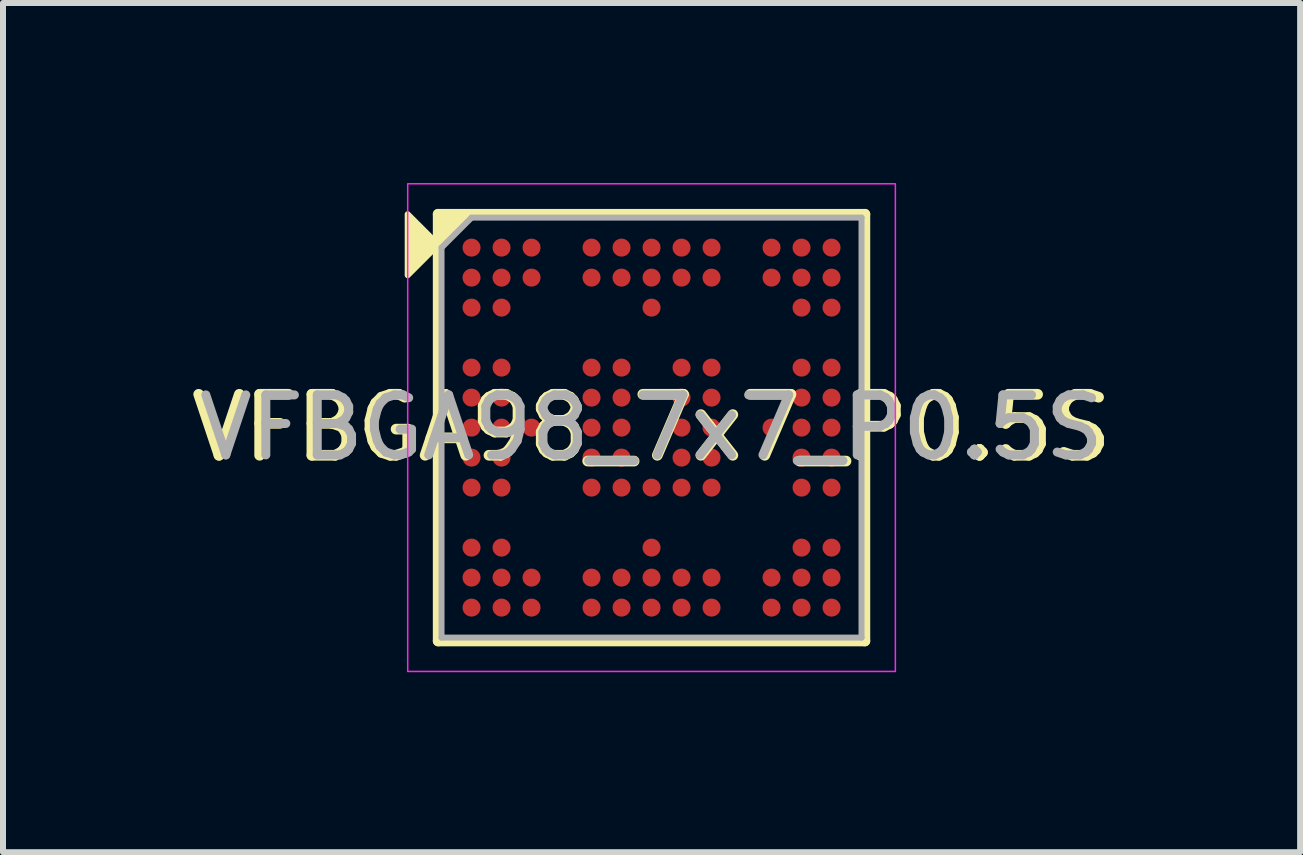
<source format=kicad_pcb>
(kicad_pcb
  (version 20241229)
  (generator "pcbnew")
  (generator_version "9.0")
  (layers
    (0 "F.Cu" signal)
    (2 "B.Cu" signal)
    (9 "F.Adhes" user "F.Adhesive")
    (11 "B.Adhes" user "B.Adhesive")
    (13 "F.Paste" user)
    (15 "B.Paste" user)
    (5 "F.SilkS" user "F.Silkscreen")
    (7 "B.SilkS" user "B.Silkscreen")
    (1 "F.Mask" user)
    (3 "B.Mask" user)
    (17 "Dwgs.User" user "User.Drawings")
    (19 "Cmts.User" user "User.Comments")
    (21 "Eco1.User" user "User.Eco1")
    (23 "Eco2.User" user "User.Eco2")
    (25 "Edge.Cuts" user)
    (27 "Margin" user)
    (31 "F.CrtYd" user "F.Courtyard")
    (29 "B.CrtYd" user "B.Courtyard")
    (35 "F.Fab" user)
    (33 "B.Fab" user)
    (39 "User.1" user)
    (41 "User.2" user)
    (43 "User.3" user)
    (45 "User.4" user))
  (footprint "VFBGA98_7x7_P0.5S"
    (layer "F.Cu")
    (at 7.809 4.077)
    (property "Reference" "VFBGA98_7x7_P0.5S" (at 0 0 0) (layer "F.SilkS") (effects (font (size 1.016 1.016) (thickness 0.178))))
    (attr smd)
    (fp_line (start -3.556 3.556) (end -3.556 -3.556) (stroke (width 0.178) (type solid)) (layer "F.SilkS"))
    (fp_line (start -3.556 3.556) (end 3.556 3.556) (stroke (width 0.178) (type solid)) (layer "F.SilkS"))
    (fp_line (start 3.556 -3.556) (end -3.556 -3.556) (stroke (width 0.178) (type solid)) (layer "F.SilkS"))
    (fp_line (start 3.556 -3.556) (end 3.556 3.556) (stroke (width 0.178) (type solid)) (layer "F.SilkS"))
    (fp_poly (pts (xy -3.556 -3.048) (xy -4.064 -2.54) (xy -4.064 -3.556)) (stroke (width 0.1) (type solid)) (fill yes) (layer "F.SilkS"))
    (fp_poly (pts (xy -3.556 -3.048) (xy -3.556 -3.556) (xy -3.048 -3.556)) (stroke (width 0.1) (type solid)) (fill yes) (layer "F.SilkS"))
    (fp_rect (start -4.064 -4.064) (end 4.064 4.064) (stroke (width 0.025) (type solid)) (fill no) (layer "F.CrtYd"))
    (fp_line (start -3.5 -3) (end -3.5 3.5) (stroke (width 0.1) (type solid)) (layer "F.Fab"))
    (fp_line (start -3.5 -3) (end -3 -3.5) (stroke (width 0.1) (type solid)) (layer "F.Fab"))
    (fp_line (start -3.5 3.5) (end 3.5 3.5) (stroke (width 0.1) (type solid)) (layer "F.Fab"))
    (fp_line (start -3 -3.5) (end 3.5 -3.5) (stroke (width 0.1) (type solid)) (layer "F.Fab"))
    (fp_line (start 3.5 -3.5) (end 3.5 3.5) (stroke (width 0.1) (type solid)) (layer "F.Fab"))
    (fp_text user "${REFERENCE}" (at 0 0 0) (layer "F.Fab") (effects (font (size 1 1) (thickness 0.15))))
    (pad "A1" smd circle (at -3 -3) (size 0.3 0.3) (layers "F.Cu" "F.Mask" "F.Paste"))
    (pad "A2" smd circle (at -2.5 -3) (size 0.3 0.3) (layers "F.Cu" "F.Mask" "F.Paste"))
    (pad "A3" smd circle (at -2 -3) (size 0.3 0.3) (layers "F.Cu" "F.Mask" "F.Paste"))
    (pad "A5" smd circle (at -1 -3) (size 0.3 0.3) (layers "F.Cu" "F.Mask" "F.Paste"))
    (pad "A6" smd circle (at -0.5 -3) (size 0.3 0.3) (layers "F.Cu" "F.Mask" "F.Paste"))
    (pad "A7" smd circle (at 0 -3) (size 0.3 0.3) (layers "F.Cu" "F.Mask" "F.Paste"))
    (pad "A8" smd circle (at 0.5 -3) (size 0.3 0.3) (layers "F.Cu" "F.Mask" "F.Paste"))
    (pad "A9" smd circle (at 1 -3) (size 0.3 0.3) (layers "F.Cu" "F.Mask" "F.Paste"))
    (pad "A11" smd circle (at 2 -3) (size 0.3 0.3) (layers "F.Cu" "F.Mask" "F.Paste"))
    (pad "A12" smd circle (at 2.5 -3) (size 0.3 0.3) (layers "F.Cu" "F.Mask" "F.Paste"))
    (pad "A13" smd circle (at 3 -3) (size 0.3 0.3) (layers "F.Cu" "F.Mask" "F.Paste"))
    (pad "B1" smd circle (at -3 -2.5) (size 0.3 0.3) (layers "F.Cu" "F.Mask" "F.Paste"))
    (pad "B2" smd circle (at -2.5 -2.5) (size 0.3 0.3) (layers "F.Cu" "F.Mask" "F.Paste"))
    (pad "B3" smd circle (at -2 -2.5) (size 0.3 0.3) (layers "F.Cu" "F.Mask" "F.Paste"))
    (pad "B5" smd circle (at -1 -2.5) (size 0.3 0.3) (layers "F.Cu" "F.Mask" "F.Paste"))
    (pad "B6" smd circle (at -0.5 -2.5) (size 0.3 0.3) (layers "F.Cu" "F.Mask" "F.Paste"))
    (pad "B7" smd circle (at 0 -2.5) (size 0.3 0.3) (layers "F.Cu" "F.Mask" "F.Paste"))
    (pad "B8" smd circle (at 0.5 -2.5) (size 0.3 0.3) (layers "F.Cu" "F.Mask" "F.Paste"))
    (pad "B9" smd circle (at 1 -2.5) (size 0.3 0.3) (layers "F.Cu" "F.Mask" "F.Paste"))
    (pad "B11" smd circle (at 2 -2.5) (size 0.3 0.3) (layers "F.Cu" "F.Mask" "F.Paste"))
    (pad "B12" smd circle (at 2.5 -2.5) (size 0.3 0.3) (layers "F.Cu" "F.Mask" "F.Paste"))
    (pad "B13" smd circle (at 3 -2.5) (size 0.3 0.3) (layers "F.Cu" "F.Mask" "F.Paste"))
    (pad "C1" smd circle (at -3 -2) (size 0.3 0.3) (layers "F.Cu" "F.Mask" "F.Paste"))
    (pad "C2" smd circle (at -2.5 -2) (size 0.3 0.3) (layers "F.Cu" "F.Mask" "F.Paste"))
    (pad "C7" smd circle (at 0 -2) (size 0.3 0.3) (layers "F.Cu" "F.Mask" "F.Paste"))
    (pad "C12" smd circle (at 2.5 -2) (size 0.3 0.3) (layers "F.Cu" "F.Mask" "F.Paste"))
    (pad "C13" smd circle (at 3 -2) (size 0.3 0.3) (layers "F.Cu" "F.Mask" "F.Paste"))
    (pad "E1" smd circle (at -3 -1) (size 0.3 0.3) (layers "F.Cu" "F.Mask" "F.Paste"))
    (pad "E2" smd circle (at -2.5 -1) (size 0.3 0.3) (layers "F.Cu" "F.Mask" "F.Paste"))
    (pad "E5" smd circle (at -1 -1) (size 0.3 0.3) (layers "F.Cu" "F.Mask" "F.Paste"))
    (pad "E6" smd circle (at -0.5 -1) (size 0.3 0.3) (layers "F.Cu" "F.Mask" "F.Paste"))
    (pad "E8" smd circle (at 0.5 -1) (size 0.3 0.3) (layers "F.Cu" "F.Mask" "F.Paste"))
    (pad "E9" smd circle (at 1 -1) (size 0.3 0.3) (layers "F.Cu" "F.Mask" "F.Paste"))
    (pad "E12" smd circle (at 2.5 -1) (size 0.3 0.3) (layers "F.Cu" "F.Mask" "F.Paste"))
    (pad "E13" smd circle (at 3 -1) (size 0.3 0.3) (layers "F.Cu" "F.Mask" "F.Paste"))
    (pad "F1" smd circle (at -3 -0.5) (size 0.3 0.3) (layers "F.Cu" "F.Mask" "F.Paste"))
    (pad "F2" smd circle (at -2.5 -0.5) (size 0.3 0.3) (layers "F.Cu" "F.Mask" "F.Paste"))
    (pad "F5" smd circle (at -1 -0.5) (size 0.3 0.3) (layers "F.Cu" "F.Mask" "F.Paste"))
    (pad "F6" smd circle (at -0.5 -0.5) (size 0.3 0.3) (layers "F.Cu" "F.Mask" "F.Paste"))
    (pad "F8" smd circle (at 0.5 -0.5) (size 0.3 0.3) (layers "F.Cu" "F.Mask" "F.Paste"))
    (pad "F9" smd circle (at 1 -0.5) (size 0.3 0.3) (layers "F.Cu" "F.Mask" "F.Paste"))
    (pad "F12" smd circle (at 2.5 -0.5) (size 0.3 0.3) (layers "F.Cu" "F.Mask" "F.Paste"))
    (pad "F13" smd circle (at 3 -0.5) (size 0.3 0.3) (layers "F.Cu" "F.Mask" "F.Paste"))
    (pad "G1" smd circle (at -3 0) (size 0.3 0.3) (layers "F.Cu" "F.Mask" "F.Paste"))
    (pad "G2" smd circle (at -2.5 0) (size 0.3 0.3) (layers "F.Cu" "F.Mask" "F.Paste"))
    (pad "G3" smd circle (at -2 0) (size 0.3 0.3) (layers "F.Cu" "F.Mask" "F.Paste"))
    (pad "G5" smd circle (at -1 0) (size 0.3 0.3) (layers "F.Cu" "F.Mask" "F.Paste"))
    (pad "G6" smd circle (at -0.5 0) (size 0.3 0.3) (layers "F.Cu" "F.Mask" "F.Paste"))
    (pad "G8" smd circle (at 0.5 0) (size 0.3 0.3) (layers "F.Cu" "F.Mask" "F.Paste"))
    (pad "G9" smd circle (at 1 0) (size 0.3 0.3) (layers "F.Cu" "F.Mask" "F.Paste"))
    (pad "G11" smd circle (at 2 0) (size 0.3 0.3) (layers "F.Cu" "F.Mask" "F.Paste"))
    (pad "G12" smd circle (at 2.5 0) (size 0.3 0.3) (layers "F.Cu" "F.Mask" "F.Paste"))
    (pad "G13" smd circle (at 3 0) (size 0.3 0.3) (layers "F.Cu" "F.Mask" "F.Paste"))
    (pad "H1" smd circle (at -3 0.5) (size 0.3 0.3) (layers "F.Cu" "F.Mask" "F.Paste"))
    (pad "H2" smd circle (at -2.5 0.5) (size 0.3 0.3) (layers "F.Cu" "F.Mask" "F.Paste"))
    (pad "H5" smd circle (at -1 0.5) (size 0.3 0.3) (layers "F.Cu" "F.Mask" "F.Paste"))
    (pad "H6" smd circle (at -0.5 0.5) (size 0.3 0.3) (layers "F.Cu" "F.Mask" "F.Paste"))
    (pad "H8" smd circle (at 0.5 0.5) (size 0.3 0.3) (layers "F.Cu" "F.Mask" "F.Paste"))
    (pad "H9" smd circle (at 1 0.5) (size 0.3 0.3) (layers "F.Cu" "F.Mask" "F.Paste"))
    (pad "H12" smd circle (at 2.5 0.5) (size 0.3 0.3) (layers "F.Cu" "F.Mask" "F.Paste"))
    (pad "H13" smd circle (at 3 0.5) (size 0.3 0.3) (layers "F.Cu" "F.Mask" "F.Paste"))
    (pad "J1" smd circle (at -3 1) (size 0.3 0.3) (layers "F.Cu" "F.Mask" "F.Paste"))
    (pad "J2" smd circle (at -2.5 1) (size 0.3 0.3) (layers "F.Cu" "F.Mask" "F.Paste"))
    (pad "J5" smd circle (at -1 1) (size 0.3 0.3) (layers "F.Cu" "F.Mask" "F.Paste"))
    (pad "J6" smd circle (at -0.5 1) (size 0.3 0.3) (layers "F.Cu" "F.Mask" "F.Paste"))
    (pad "J7" smd circle (at 0 1) (size 0.3 0.3) (layers "F.Cu" "F.Mask" "F.Paste"))
    (pad "J8" smd circle (at 0.5 1) (size 0.3 0.3) (layers "F.Cu" "F.Mask" "F.Paste"))
    (pad "J9" smd circle (at 1 1) (size 0.3 0.3) (layers "F.Cu" "F.Mask" "F.Paste"))
    (pad "J12" smd circle (at 2.5 1) (size 0.3 0.3) (layers "F.Cu" "F.Mask" "F.Paste"))
    (pad "J13" smd circle (at 3 1) (size 0.3 0.3) (layers "F.Cu" "F.Mask" "F.Paste"))
    (pad "L1" smd circle (at -3 2) (size 0.3 0.3) (layers "F.Cu" "F.Mask" "F.Paste"))
    (pad "L2" smd circle (at -2.5 2) (size 0.3 0.3) (layers "F.Cu" "F.Mask" "F.Paste"))
    (pad "L7" smd circle (at 0 2) (size 0.3 0.3) (layers "F.Cu" "F.Mask" "F.Paste"))
    (pad "L12" smd circle (at 2.5 2) (size 0.3 0.3) (layers "F.Cu" "F.Mask" "F.Paste"))
    (pad "L13" smd circle (at 3 2) (size 0.3 0.3) (layers "F.Cu" "F.Mask" "F.Paste"))
    (pad "M1" smd circle (at -3 2.5) (size 0.3 0.3) (layers "F.Cu" "F.Mask" "F.Paste"))
    (pad "M2" smd circle (at -2.5 2.5) (size 0.3 0.3) (layers "F.Cu" "F.Mask" "F.Paste"))
    (pad "M3" smd circle (at -2 2.5) (size 0.3 0.3) (layers "F.Cu" "F.Mask" "F.Paste"))
    (pad "M5" smd circle (at -1 2.5) (size 0.3 0.3) (layers "F.Cu" "F.Mask" "F.Paste"))
    (pad "M6" smd circle (at -0.5 2.5) (size 0.3 0.3) (layers "F.Cu" "F.Mask" "F.Paste"))
    (pad "M7" smd circle (at 0 2.5) (size 0.3 0.3) (layers "F.Cu" "F.Mask" "F.Paste"))
    (pad "M8" smd circle (at 0.5 2.5) (size 0.3 0.3) (layers "F.Cu" "F.Mask" "F.Paste"))
    (pad "M9" smd circle (at 1 2.5) (size 0.3 0.3) (layers "F.Cu" "F.Mask" "F.Paste"))
    (pad "M11" smd circle (at 2 2.5) (size 0.3 0.3) (layers "F.Cu" "F.Mask" "F.Paste"))
    (pad "M12" smd circle (at 2.5 2.5) (size 0.3 0.3) (layers "F.Cu" "F.Mask" "F.Paste"))
    (pad "M13" smd circle (at 3 2.5) (size 0.3 0.3) (layers "F.Cu" "F.Mask" "F.Paste"))
    (pad "N1" smd circle (at -3 3) (size 0.3 0.3) (layers "F.Cu" "F.Mask" "F.Paste"))
    (pad "N2" smd circle (at -2.5 3) (size 0.3 0.3) (layers "F.Cu" "F.Mask" "F.Paste"))
    (pad "N3" smd circle (at -2 3) (size 0.3 0.3) (layers "F.Cu" "F.Mask" "F.Paste"))
    (pad "N5" smd circle (at -1 3) (size 0.3 0.3) (layers "F.Cu" "F.Mask" "F.Paste"))
    (pad "N6" smd circle (at -0.5 3) (size 0.3 0.3) (layers "F.Cu" "F.Mask" "F.Paste"))
    (pad "N7" smd circle (at 0 3) (size 0.3 0.3) (layers "F.Cu" "F.Mask" "F.Paste"))
    (pad "N8" smd circle (at 0.5 3) (size 0.3 0.3) (layers "F.Cu" "F.Mask" "F.Paste"))
    (pad "N9" smd circle (at 1 3) (size 0.3 0.3) (layers "F.Cu" "F.Mask" "F.Paste"))
    (pad "N11" smd circle (at 2 3) (size 0.3 0.3) (layers "F.Cu" "F.Mask" "F.Paste"))
    (pad "N12" smd circle (at 2.5 3) (size 0.3 0.3) (layers "F.Cu" "F.Mask" "F.Paste"))
    (pad "N13" smd circle (at 3 3) (size 0.3 0.3) (layers "F.Cu" "F.Mask" "F.Paste")))
  (gr_rect
    (start -3 -3)
    (end 18.619 11.153)
    (stroke (width 0.1) (type default))
    (fill no)
    (layer "Edge.Cuts")))
</source>
